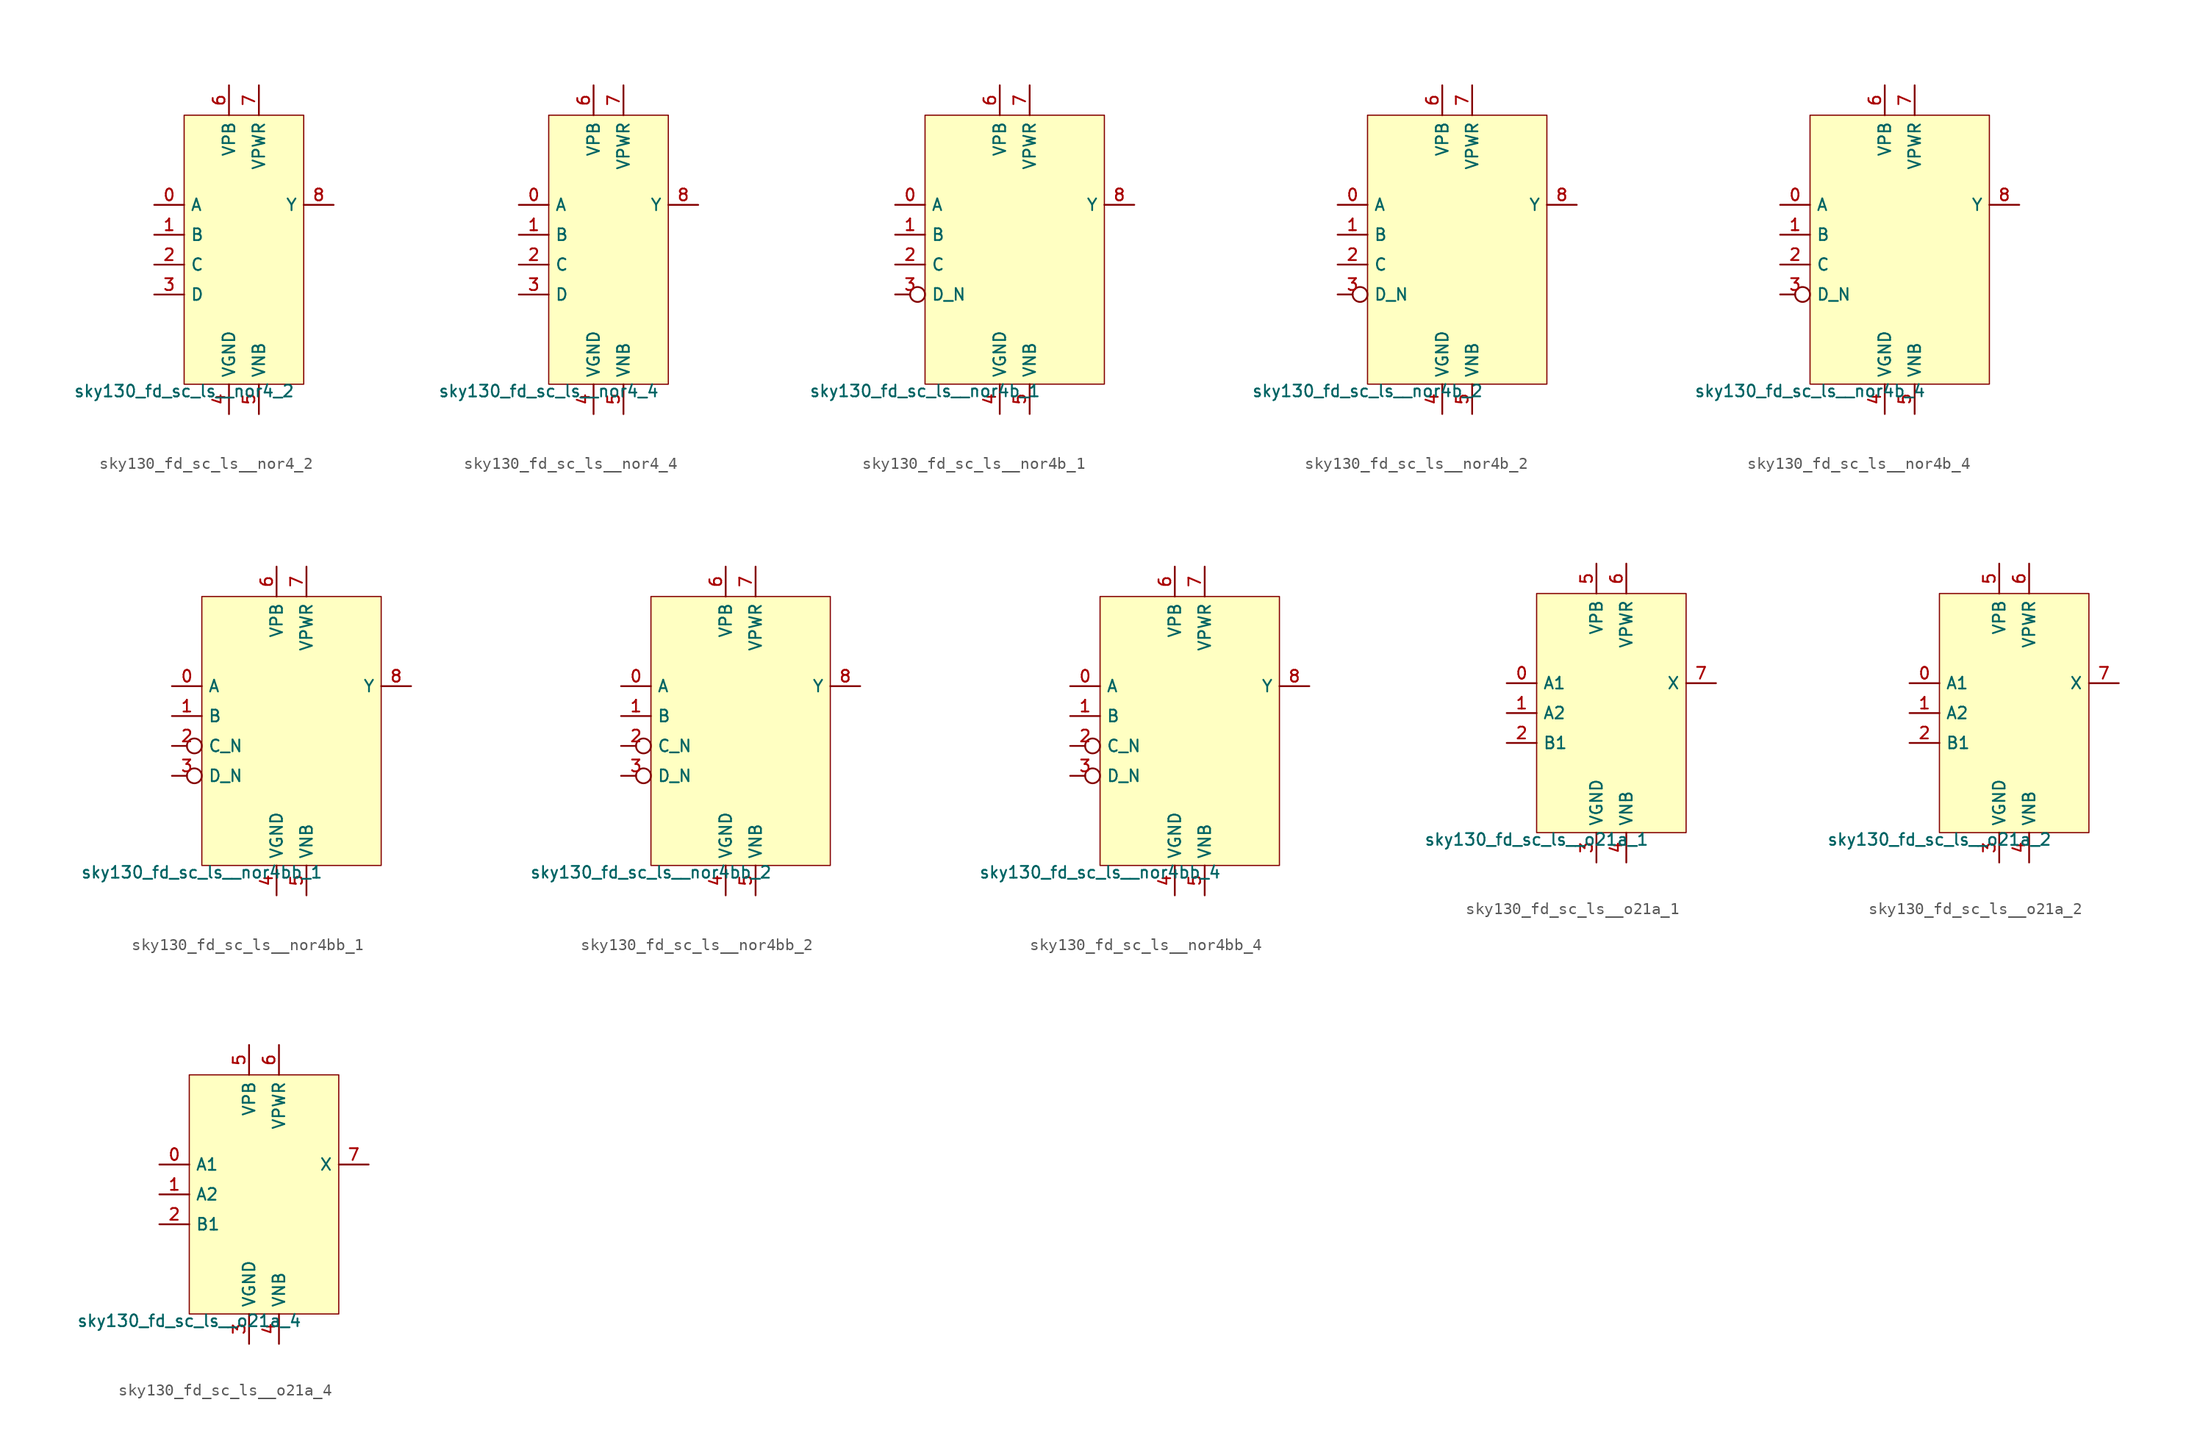
<source format=kicad_sym>
(kicad_symbol_lib
  (version 20211014)
  (generator lef2kicad_sym)
  (symbol "sky130_fd_sc_ls__nor4_2"
    (property "Reference" "X"
      (at 0 0 0)
      (effects (font (size 1 1)) hide))
    (property "Value" "sky130_fd_sc_ls__nor4_2"
      (at -5.08 -11.43 0)
      (effects (font (size 1 1)) (justify top)))
    (rectangle
      (start -5.08 -11.43)
      (end 5.08 11.43)
      (stroke (width 0.1) (type solid) (color 0 0 0 0))
      (fill (type background)))
    (pin input line
      (at -7.62 3.81 0)
      (length 2.54)
      (name "A" (effects (font (size 1 1)) hide))
      (number "0" (effects (font (size 1 1)) hide)))
    (pin input line
      (at -7.62 1.27 0)
      (length 2.54)
      (name "B" (effects (font (size 1 1)) hide))
      (number "1" (effects (font (size 1 1)) hide)))
    (pin input line
      (at -7.62 -1.27 0)
      (length 2.54)
      (name "C" (effects (font (size 1 1)) hide))
      (number "2" (effects (font (size 1 1)) hide)))
    (pin input line
      (at -7.62 -3.81 0)
      (length 2.54)
      (name "D" (effects (font (size 1 1)) hide))
      (number "3" (effects (font (size 1 1)) hide)))
    (pin power_in line
      (at -1.27 -13.97 90)
      (length 2.54)
      (name "VGND" (effects (font (size 1 1)) hide))
      (number "4" (effects (font (size 1 1)) hide)))
    (pin power_in line
      (at 1.27 -13.97 90)
      (length 2.54)
      (name "VNB" (effects (font (size 1 1)) hide))
      (number "5" (effects (font (size 1 1)) hide)))
    (pin power_in line
      (at -1.27 13.97 270)
      (length 2.54)
      (name "VPB" (effects (font (size 1 1)) hide))
      (number "6" (effects (font (size 1 1)) hide)))
    (pin power_in line
      (at 1.27 13.97 270)
      (length 2.54)
      (name "VPWR" (effects (font (size 1 1)) hide))
      (number "7" (effects (font (size 1 1)) hide)))
    (pin output line
      (at 7.62 3.81 180)
      (length 2.54)
      (name "Y" (effects (font (size 1 1)) hide))
      (number "8" (effects (font (size 1 1)) hide))))
  (symbol "sky130_fd_sc_ls__nor4_4"
    (property "Reference" "X"
      (at 0 0 0)
      (effects (font (size 1 1)) hide))
    (property "Value" "sky130_fd_sc_ls__nor4_4"
      (at -5.08 -11.43 0)
      (effects (font (size 1 1)) (justify top)))
    (rectangle
      (start -5.08 -11.43)
      (end 5.08 11.43)
      (stroke (width 0.1) (type solid) (color 0 0 0 0))
      (fill (type background)))
    (pin input line
      (at -7.62 3.81 0)
      (length 2.54)
      (name "A" (effects (font (size 1 1)) hide))
      (number "0" (effects (font (size 1 1)) hide)))
    (pin input line
      (at -7.62 1.27 0)
      (length 2.54)
      (name "B" (effects (font (size 1 1)) hide))
      (number "1" (effects (font (size 1 1)) hide)))
    (pin input line
      (at -7.62 -1.27 0)
      (length 2.54)
      (name "C" (effects (font (size 1 1)) hide))
      (number "2" (effects (font (size 1 1)) hide)))
    (pin input line
      (at -7.62 -3.81 0)
      (length 2.54)
      (name "D" (effects (font (size 1 1)) hide))
      (number "3" (effects (font (size 1 1)) hide)))
    (pin power_in line
      (at -1.27 -13.97 90)
      (length 2.54)
      (name "VGND" (effects (font (size 1 1)) hide))
      (number "4" (effects (font (size 1 1)) hide)))
    (pin power_in line
      (at 1.27 -13.97 90)
      (length 2.54)
      (name "VNB" (effects (font (size 1 1)) hide))
      (number "5" (effects (font (size 1 1)) hide)))
    (pin power_in line
      (at -1.27 13.97 270)
      (length 2.54)
      (name "VPB" (effects (font (size 1 1)) hide))
      (number "6" (effects (font (size 1 1)) hide)))
    (pin power_in line
      (at 1.27 13.97 270)
      (length 2.54)
      (name "VPWR" (effects (font (size 1 1)) hide))
      (number "7" (effects (font (size 1 1)) hide)))
    (pin output line
      (at 7.62 3.81 180)
      (length 2.54)
      (name "Y" (effects (font (size 1 1)) hide))
      (number "8" (effects (font (size 1 1)) hide))))
  (symbol "sky130_fd_sc_ls__nor4b_1"
    (property "Reference" "X"
      (at 0 0 0)
      (effects (font (size 1 1)) hide))
    (property "Value" "sky130_fd_sc_ls__nor4b_1"
      (at -7.62 -11.43 0)
      (effects (font (size 1 1)) (justify top)))
    (rectangle
      (start -7.62 -11.43)
      (end 7.62 11.43)
      (stroke (width 0.1) (type solid) (color 0 0 0 0))
      (fill (type background)))
    (pin input line
      (at -10.16 3.81 0)
      (length 2.54)
      (name "A" (effects (font (size 1 1)) hide))
      (number "0" (effects (font (size 1 1)) hide)))
    (pin input line
      (at -10.16 1.27 0)
      (length 2.54)
      (name "B" (effects (font (size 1 1)) hide))
      (number "1" (effects (font (size 1 1)) hide)))
    (pin input line
      (at -10.16 -1.27 0)
      (length 2.54)
      (name "C" (effects (font (size 1 1)) hide))
      (number "2" (effects (font (size 1 1)) hide)))
    (pin input inverted
      (at -10.16 -3.81 0)
      (length 2.54)
      (name "D_N" (effects (font (size 1 1)) hide))
      (number "3" (effects (font (size 1 1)) hide)))
    (pin power_in line
      (at -1.27 -13.97 90)
      (length 2.54)
      (name "VGND" (effects (font (size 1 1)) hide))
      (number "4" (effects (font (size 1 1)) hide)))
    (pin power_in line
      (at 1.27 -13.97 90)
      (length 2.54)
      (name "VNB" (effects (font (size 1 1)) hide))
      (number "5" (effects (font (size 1 1)) hide)))
    (pin power_in line
      (at -1.27 13.97 270)
      (length 2.54)
      (name "VPB" (effects (font (size 1 1)) hide))
      (number "6" (effects (font (size 1 1)) hide)))
    (pin power_in line
      (at 1.27 13.97 270)
      (length 2.54)
      (name "VPWR" (effects (font (size 1 1)) hide))
      (number "7" (effects (font (size 1 1)) hide)))
    (pin output line
      (at 10.16 3.81 180)
      (length 2.54)
      (name "Y" (effects (font (size 1 1)) hide))
      (number "8" (effects (font (size 1 1)) hide))))
  (symbol "sky130_fd_sc_ls__nor4b_2"
    (property "Reference" "X"
      (at 0 0 0)
      (effects (font (size 1 1)) hide))
    (property "Value" "sky130_fd_sc_ls__nor4b_2"
      (at -7.62 -11.43 0)
      (effects (font (size 1 1)) (justify top)))
    (rectangle
      (start -7.62 -11.43)
      (end 7.62 11.43)
      (stroke (width 0.1) (type solid) (color 0 0 0 0))
      (fill (type background)))
    (pin input line
      (at -10.16 3.81 0)
      (length 2.54)
      (name "A" (effects (font (size 1 1)) hide))
      (number "0" (effects (font (size 1 1)) hide)))
    (pin input line
      (at -10.16 1.27 0)
      (length 2.54)
      (name "B" (effects (font (size 1 1)) hide))
      (number "1" (effects (font (size 1 1)) hide)))
    (pin input line
      (at -10.16 -1.27 0)
      (length 2.54)
      (name "C" (effects (font (size 1 1)) hide))
      (number "2" (effects (font (size 1 1)) hide)))
    (pin input inverted
      (at -10.16 -3.81 0)
      (length 2.54)
      (name "D_N" (effects (font (size 1 1)) hide))
      (number "3" (effects (font (size 1 1)) hide)))
    (pin power_in line
      (at -1.27 -13.97 90)
      (length 2.54)
      (name "VGND" (effects (font (size 1 1)) hide))
      (number "4" (effects (font (size 1 1)) hide)))
    (pin power_in line
      (at 1.27 -13.97 90)
      (length 2.54)
      (name "VNB" (effects (font (size 1 1)) hide))
      (number "5" (effects (font (size 1 1)) hide)))
    (pin power_in line
      (at -1.27 13.97 270)
      (length 2.54)
      (name "VPB" (effects (font (size 1 1)) hide))
      (number "6" (effects (font (size 1 1)) hide)))
    (pin power_in line
      (at 1.27 13.97 270)
      (length 2.54)
      (name "VPWR" (effects (font (size 1 1)) hide))
      (number "7" (effects (font (size 1 1)) hide)))
    (pin output line
      (at 10.16 3.81 180)
      (length 2.54)
      (name "Y" (effects (font (size 1 1)) hide))
      (number "8" (effects (font (size 1 1)) hide))))
  (symbol "sky130_fd_sc_ls__nor4b_4"
    (property "Reference" "X"
      (at 0 0 0)
      (effects (font (size 1 1)) hide))
    (property "Value" "sky130_fd_sc_ls__nor4b_4"
      (at -7.62 -11.43 0)
      (effects (font (size 1 1)) (justify top)))
    (rectangle
      (start -7.62 -11.43)
      (end 7.62 11.43)
      (stroke (width 0.1) (type solid) (color 0 0 0 0))
      (fill (type background)))
    (pin input line
      (at -10.16 3.81 0)
      (length 2.54)
      (name "A" (effects (font (size 1 1)) hide))
      (number "0" (effects (font (size 1 1)) hide)))
    (pin input line
      (at -10.16 1.27 0)
      (length 2.54)
      (name "B" (effects (font (size 1 1)) hide))
      (number "1" (effects (font (size 1 1)) hide)))
    (pin input line
      (at -10.16 -1.27 0)
      (length 2.54)
      (name "C" (effects (font (size 1 1)) hide))
      (number "2" (effects (font (size 1 1)) hide)))
    (pin input inverted
      (at -10.16 -3.81 0)
      (length 2.54)
      (name "D_N" (effects (font (size 1 1)) hide))
      (number "3" (effects (font (size 1 1)) hide)))
    (pin power_in line
      (at -1.27 -13.97 90)
      (length 2.54)
      (name "VGND" (effects (font (size 1 1)) hide))
      (number "4" (effects (font (size 1 1)) hide)))
    (pin power_in line
      (at 1.27 -13.97 90)
      (length 2.54)
      (name "VNB" (effects (font (size 1 1)) hide))
      (number "5" (effects (font (size 1 1)) hide)))
    (pin power_in line
      (at -1.27 13.97 270)
      (length 2.54)
      (name "VPB" (effects (font (size 1 1)) hide))
      (number "6" (effects (font (size 1 1)) hide)))
    (pin power_in line
      (at 1.27 13.97 270)
      (length 2.54)
      (name "VPWR" (effects (font (size 1 1)) hide))
      (number "7" (effects (font (size 1 1)) hide)))
    (pin output line
      (at 10.16 3.81 180)
      (length 2.54)
      (name "Y" (effects (font (size 1 1)) hide))
      (number "8" (effects (font (size 1 1)) hide))))
  (symbol "sky130_fd_sc_ls__nor4bb_1"
    (property "Reference" "X"
      (at 0 0 0)
      (effects (font (size 1 1)) hide))
    (property "Value" "sky130_fd_sc_ls__nor4bb_1"
      (at -7.62 -11.43 0)
      (effects (font (size 1 1)) (justify top)))
    (rectangle
      (start -7.62 -11.43)
      (end 7.62 11.43)
      (stroke (width 0.1) (type solid) (color 0 0 0 0))
      (fill (type background)))
    (pin input line
      (at -10.16 3.81 0)
      (length 2.54)
      (name "A" (effects (font (size 1 1)) hide))
      (number "0" (effects (font (size 1 1)) hide)))
    (pin input line
      (at -10.16 1.27 0)
      (length 2.54)
      (name "B" (effects (font (size 1 1)) hide))
      (number "1" (effects (font (size 1 1)) hide)))
    (pin input inverted
      (at -10.16 -1.27 0)
      (length 2.54)
      (name "C_N" (effects (font (size 1 1)) hide))
      (number "2" (effects (font (size 1 1)) hide)))
    (pin input inverted
      (at -10.16 -3.81 0)
      (length 2.54)
      (name "D_N" (effects (font (size 1 1)) hide))
      (number "3" (effects (font (size 1 1)) hide)))
    (pin power_in line
      (at -1.27 -13.97 90)
      (length 2.54)
      (name "VGND" (effects (font (size 1 1)) hide))
      (number "4" (effects (font (size 1 1)) hide)))
    (pin power_in line
      (at 1.27 -13.97 90)
      (length 2.54)
      (name "VNB" (effects (font (size 1 1)) hide))
      (number "5" (effects (font (size 1 1)) hide)))
    (pin power_in line
      (at -1.27 13.97 270)
      (length 2.54)
      (name "VPB" (effects (font (size 1 1)) hide))
      (number "6" (effects (font (size 1 1)) hide)))
    (pin power_in line
      (at 1.27 13.97 270)
      (length 2.54)
      (name "VPWR" (effects (font (size 1 1)) hide))
      (number "7" (effects (font (size 1 1)) hide)))
    (pin output line
      (at 10.16 3.81 180)
      (length 2.54)
      (name "Y" (effects (font (size 1 1)) hide))
      (number "8" (effects (font (size 1 1)) hide))))
  (symbol "sky130_fd_sc_ls__nor4bb_2"
    (property "Reference" "X"
      (at 0 0 0)
      (effects (font (size 1 1)) hide))
    (property "Value" "sky130_fd_sc_ls__nor4bb_2"
      (at -7.62 -11.43 0)
      (effects (font (size 1 1)) (justify top)))
    (rectangle
      (start -7.62 -11.43)
      (end 7.62 11.43)
      (stroke (width 0.1) (type solid) (color 0 0 0 0))
      (fill (type background)))
    (pin input line
      (at -10.16 3.81 0)
      (length 2.54)
      (name "A" (effects (font (size 1 1)) hide))
      (number "0" (effects (font (size 1 1)) hide)))
    (pin input line
      (at -10.16 1.27 0)
      (length 2.54)
      (name "B" (effects (font (size 1 1)) hide))
      (number "1" (effects (font (size 1 1)) hide)))
    (pin input inverted
      (at -10.16 -1.27 0)
      (length 2.54)
      (name "C_N" (effects (font (size 1 1)) hide))
      (number "2" (effects (font (size 1 1)) hide)))
    (pin input inverted
      (at -10.16 -3.81 0)
      (length 2.54)
      (name "D_N" (effects (font (size 1 1)) hide))
      (number "3" (effects (font (size 1 1)) hide)))
    (pin power_in line
      (at -1.27 -13.97 90)
      (length 2.54)
      (name "VGND" (effects (font (size 1 1)) hide))
      (number "4" (effects (font (size 1 1)) hide)))
    (pin power_in line
      (at 1.27 -13.97 90)
      (length 2.54)
      (name "VNB" (effects (font (size 1 1)) hide))
      (number "5" (effects (font (size 1 1)) hide)))
    (pin power_in line
      (at -1.27 13.97 270)
      (length 2.54)
      (name "VPB" (effects (font (size 1 1)) hide))
      (number "6" (effects (font (size 1 1)) hide)))
    (pin power_in line
      (at 1.27 13.97 270)
      (length 2.54)
      (name "VPWR" (effects (font (size 1 1)) hide))
      (number "7" (effects (font (size 1 1)) hide)))
    (pin output line
      (at 10.16 3.81 180)
      (length 2.54)
      (name "Y" (effects (font (size 1 1)) hide))
      (number "8" (effects (font (size 1 1)) hide))))
  (symbol "sky130_fd_sc_ls__nor4bb_4"
    (property "Reference" "X"
      (at 0 0 0)
      (effects (font (size 1 1)) hide))
    (property "Value" "sky130_fd_sc_ls__nor4bb_4"
      (at -7.62 -11.43 0)
      (effects (font (size 1 1)) (justify top)))
    (rectangle
      (start -7.62 -11.43)
      (end 7.62 11.43)
      (stroke (width 0.1) (type solid) (color 0 0 0 0))
      (fill (type background)))
    (pin input line
      (at -10.16 3.81 0)
      (length 2.54)
      (name "A" (effects (font (size 1 1)) hide))
      (number "0" (effects (font (size 1 1)) hide)))
    (pin input line
      (at -10.16 1.27 0)
      (length 2.54)
      (name "B" (effects (font (size 1 1)) hide))
      (number "1" (effects (font (size 1 1)) hide)))
    (pin input inverted
      (at -10.16 -1.27 0)
      (length 2.54)
      (name "C_N" (effects (font (size 1 1)) hide))
      (number "2" (effects (font (size 1 1)) hide)))
    (pin input inverted
      (at -10.16 -3.81 0)
      (length 2.54)
      (name "D_N" (effects (font (size 1 1)) hide))
      (number "3" (effects (font (size 1 1)) hide)))
    (pin power_in line
      (at -1.27 -13.97 90)
      (length 2.54)
      (name "VGND" (effects (font (size 1 1)) hide))
      (number "4" (effects (font (size 1 1)) hide)))
    (pin power_in line
      (at 1.27 -13.97 90)
      (length 2.54)
      (name "VNB" (effects (font (size 1 1)) hide))
      (number "5" (effects (font (size 1 1)) hide)))
    (pin power_in line
      (at -1.27 13.97 270)
      (length 2.54)
      (name "VPB" (effects (font (size 1 1)) hide))
      (number "6" (effects (font (size 1 1)) hide)))
    (pin power_in line
      (at 1.27 13.97 270)
      (length 2.54)
      (name "VPWR" (effects (font (size 1 1)) hide))
      (number "7" (effects (font (size 1 1)) hide)))
    (pin output line
      (at 10.16 3.81 180)
      (length 2.54)
      (name "Y" (effects (font (size 1 1)) hide))
      (number "8" (effects (font (size 1 1)) hide))))
  (symbol "sky130_fd_sc_ls__o21a_1"
    (property "Reference" "X"
      (at 0 0 0)
      (effects (font (size 1 1)) hide))
    (property "Value" "sky130_fd_sc_ls__o21a_1"
      (at -6.35 -10.16 0)
      (effects (font (size 1 1)) (justify top)))
    (rectangle
      (start -6.35 -10.16)
      (end 6.35 10.16)
      (stroke (width 0.1) (type solid) (color 0 0 0 0))
      (fill (type background)))
    (pin input line
      (at -8.89 2.54 0)
      (length 2.54)
      (name "A1" (effects (font (size 1 1)) hide))
      (number "0" (effects (font (size 1 1)) hide)))
    (pin input line
      (at -8.89 0.0 0)
      (length 2.54)
      (name "A2" (effects (font (size 1 1)) hide))
      (number "1" (effects (font (size 1 1)) hide)))
    (pin input line
      (at -8.89 -2.54 0)
      (length 2.54)
      (name "B1" (effects (font (size 1 1)) hide))
      (number "2" (effects (font (size 1 1)) hide)))
    (pin power_in line
      (at -1.27 -12.7 90)
      (length 2.54)
      (name "VGND" (effects (font (size 1 1)) hide))
      (number "3" (effects (font (size 1 1)) hide)))
    (pin power_in line
      (at 1.27 -12.7 90)
      (length 2.54)
      (name "VNB" (effects (font (size 1 1)) hide))
      (number "4" (effects (font (size 1 1)) hide)))
    (pin power_in line
      (at -1.27 12.7 270)
      (length 2.54)
      (name "VPB" (effects (font (size 1 1)) hide))
      (number "5" (effects (font (size 1 1)) hide)))
    (pin power_in line
      (at 1.27 12.7 270)
      (length 2.54)
      (name "VPWR" (effects (font (size 1 1)) hide))
      (number "6" (effects (font (size 1 1)) hide)))
    (pin output line
      (at 8.89 2.54 180)
      (length 2.54)
      (name "X" (effects (font (size 1 1)) hide))
      (number "7" (effects (font (size 1 1)) hide))))
  (symbol "sky130_fd_sc_ls__o21a_2"
    (property "Reference" "X"
      (at 0 0 0)
      (effects (font (size 1 1)) hide))
    (property "Value" "sky130_fd_sc_ls__o21a_2"
      (at -6.35 -10.16 0)
      (effects (font (size 1 1)) (justify top)))
    (rectangle
      (start -6.35 -10.16)
      (end 6.35 10.16)
      (stroke (width 0.1) (type solid) (color 0 0 0 0))
      (fill (type background)))
    (pin input line
      (at -8.89 2.54 0)
      (length 2.54)
      (name "A1" (effects (font (size 1 1)) hide))
      (number "0" (effects (font (size 1 1)) hide)))
    (pin input line
      (at -8.89 0.0 0)
      (length 2.54)
      (name "A2" (effects (font (size 1 1)) hide))
      (number "1" (effects (font (size 1 1)) hide)))
    (pin input line
      (at -8.89 -2.54 0)
      (length 2.54)
      (name "B1" (effects (font (size 1 1)) hide))
      (number "2" (effects (font (size 1 1)) hide)))
    (pin power_in line
      (at -1.27 -12.7 90)
      (length 2.54)
      (name "VGND" (effects (font (size 1 1)) hide))
      (number "3" (effects (font (size 1 1)) hide)))
    (pin power_in line
      (at 1.27 -12.7 90)
      (length 2.54)
      (name "VNB" (effects (font (size 1 1)) hide))
      (number "4" (effects (font (size 1 1)) hide)))
    (pin power_in line
      (at -1.27 12.7 270)
      (length 2.54)
      (name "VPB" (effects (font (size 1 1)) hide))
      (number "5" (effects (font (size 1 1)) hide)))
    (pin power_in line
      (at 1.27 12.7 270)
      (length 2.54)
      (name "VPWR" (effects (font (size 1 1)) hide))
      (number "6" (effects (font (size 1 1)) hide)))
    (pin output line
      (at 8.89 2.54 180)
      (length 2.54)
      (name "X" (effects (font (size 1 1)) hide))
      (number "7" (effects (font (size 1 1)) hide))))
  (symbol "sky130_fd_sc_ls__o21a_4"
    (property "Reference" "X"
      (at 0 0 0)
      (effects (font (size 1 1)) hide))
    (property "Value" "sky130_fd_sc_ls__o21a_4"
      (at -6.35 -10.16 0)
      (effects (font (size 1 1)) (justify top)))
    (rectangle
      (start -6.35 -10.16)
      (end 6.35 10.16)
      (stroke (width 0.1) (type solid) (color 0 0 0 0))
      (fill (type background)))
    (pin input line
      (at -8.89 2.54 0)
      (length 2.54)
      (name "A1" (effects (font (size 1 1)) hide))
      (number "0" (effects (font (size 1 1)) hide)))
    (pin input line
      (at -8.89 0.0 0)
      (length 2.54)
      (name "A2" (effects (font (size 1 1)) hide))
      (number "1" (effects (font (size 1 1)) hide)))
    (pin input line
      (at -8.89 -2.54 0)
      (length 2.54)
      (name "B1" (effects (font (size 1 1)) hide))
      (number "2" (effects (font (size 1 1)) hide)))
    (pin power_in line
      (at -1.27 -12.7 90)
      (length 2.54)
      (name "VGND" (effects (font (size 1 1)) hide))
      (number "3" (effects (font (size 1 1)) hide)))
    (pin power_in line
      (at 1.27 -12.7 90)
      (length 2.54)
      (name "VNB" (effects (font (size 1 1)) hide))
      (number "4" (effects (font (size 1 1)) hide)))
    (pin power_in line
      (at -1.27 12.7 270)
      (length 2.54)
      (name "VPB" (effects (font (size 1 1)) hide))
      (number "5" (effects (font (size 1 1)) hide)))
    (pin power_in line
      (at 1.27 12.7 270)
      (length 2.54)
      (name "VPWR" (effects (font (size 1 1)) hide))
      (number "6" (effects (font (size 1 1)) hide)))
    (pin output line
      (at 8.89 2.54 180)
      (length 2.54)
      (name "X" (effects (font (size 1 1)) hide))
      (number "7" (effects (font (size 1 1)) hide)))))
</source>
